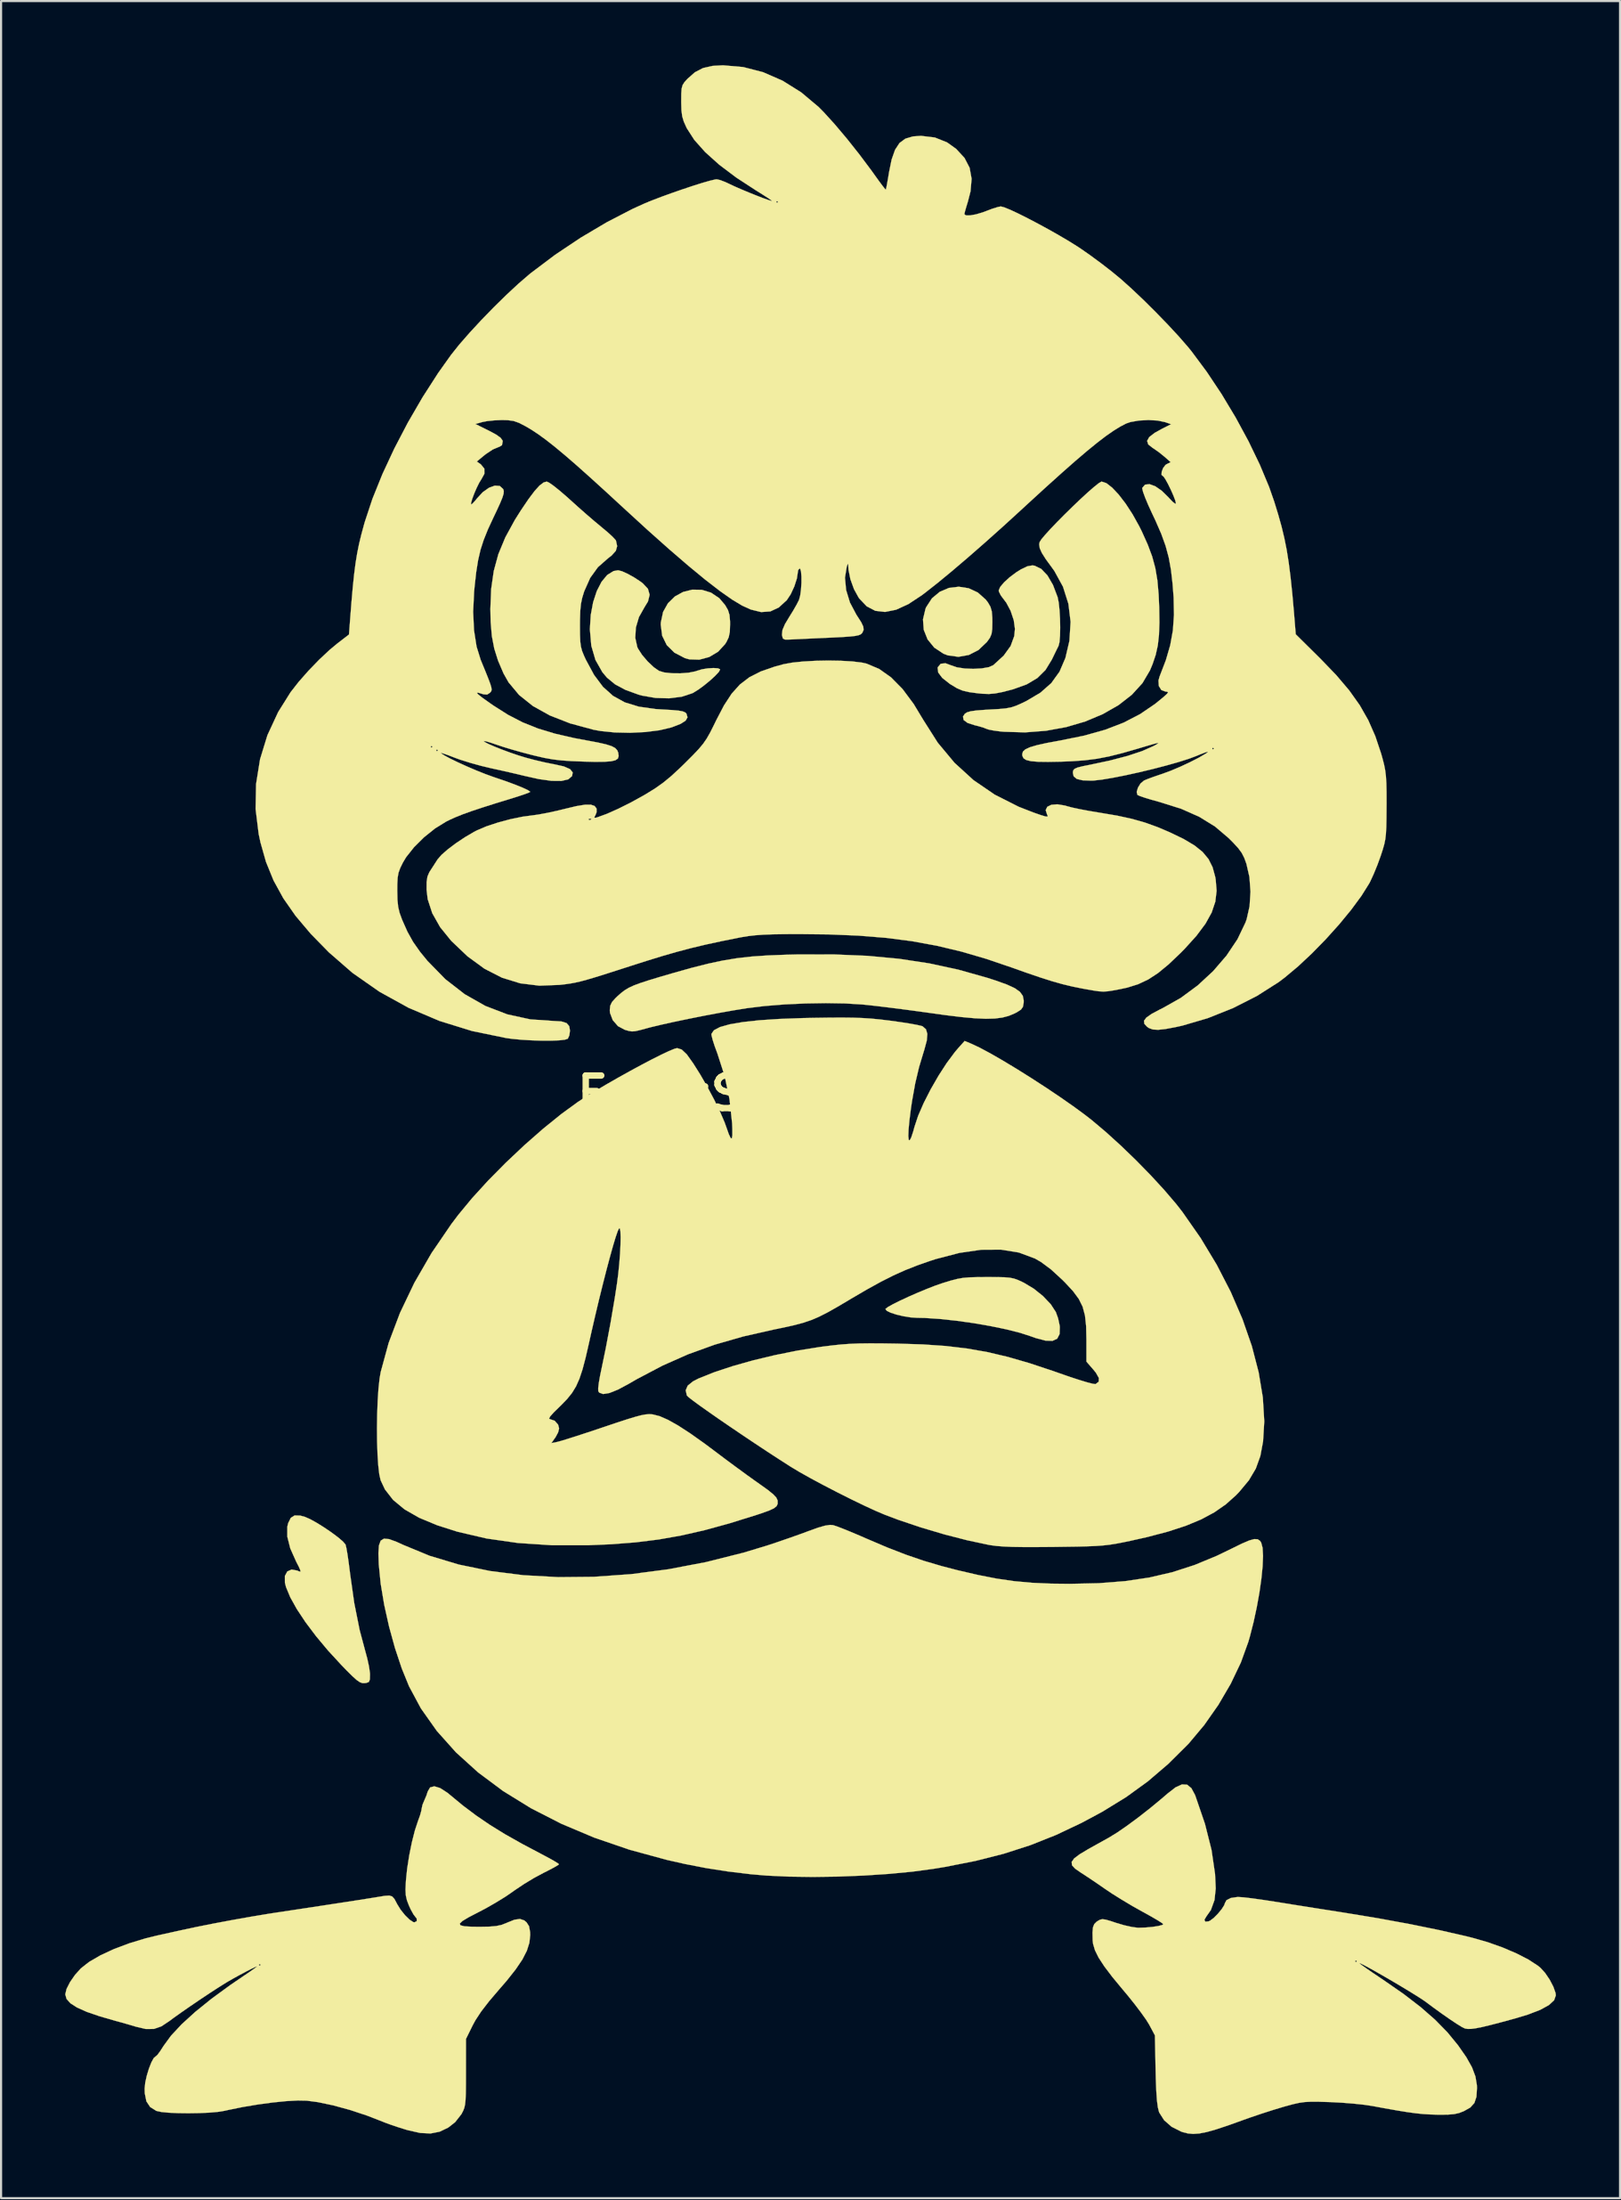
<source format=kicad_pcb>
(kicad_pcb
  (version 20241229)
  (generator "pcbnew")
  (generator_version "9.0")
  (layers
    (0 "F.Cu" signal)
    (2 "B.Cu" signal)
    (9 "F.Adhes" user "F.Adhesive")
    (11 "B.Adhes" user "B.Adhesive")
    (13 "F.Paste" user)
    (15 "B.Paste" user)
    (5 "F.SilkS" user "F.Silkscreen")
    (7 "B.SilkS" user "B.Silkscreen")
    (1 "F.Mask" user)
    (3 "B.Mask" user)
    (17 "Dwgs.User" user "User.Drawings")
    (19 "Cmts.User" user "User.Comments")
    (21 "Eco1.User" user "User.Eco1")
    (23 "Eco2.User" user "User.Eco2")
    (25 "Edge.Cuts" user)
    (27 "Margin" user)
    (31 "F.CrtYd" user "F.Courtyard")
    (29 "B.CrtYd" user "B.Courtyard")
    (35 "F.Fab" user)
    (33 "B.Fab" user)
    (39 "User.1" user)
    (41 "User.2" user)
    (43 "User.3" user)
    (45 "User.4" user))
  (footprint "F.SilkS_g10"
    (layer "F.Cu")
    (at 30.57 48.094)
    (property "Reference" "F.SilkS_g10" (at 0 0 0) (layer "F.SilkS") (effects (font (size 1.524 1.524) (thickness 0.3))))
    (attr through_hole)
    (fp_poly (pts (xy -0.771 -23.553) (xy -0.341 -23.422) (xy 0.047 -23.161) (xy 0.317 -22.843) (xy 0.452 -22.609) (xy 0.523 -22.38) (xy 0.549 -22.084) (xy 0.55 -21.929) (xy 0.538 -21.585) (xy 0.487 -21.337) (xy 0.381 -21.114) (xy 0.317 -21.014) (xy -0.01 -20.658) (xy -0.426 -20.411) (xy -0.889 -20.287) (xy -1.357 -20.301) (xy -1.561 -20.358) (xy -2.054 -20.614) (xy -2.412 -20.967) (xy -2.627 -21.406) (xy -2.694 -21.922) (xy -2.69 -22.027) (xy -2.584 -22.52) (xy -2.356 -22.927) (xy -2.034 -23.242) (xy -1.644 -23.456) (xy -1.214 -23.562) (xy -0.771 -23.553)) (stroke (width 0.01) (type solid)) (fill yes) (layer "F.SilkS"))
    (fp_poly (pts (xy 11.716 -23.628) (xy 12.147 -23.427) (xy 12.52 -23.094) (xy 12.623 -22.959) (xy 12.736 -22.762) (xy 12.799 -22.549) (xy 12.824 -22.26) (xy 12.827 -22.049) (xy 12.82 -21.714) (xy 12.788 -21.489) (xy 12.714 -21.314) (xy 12.581 -21.127) (xy 12.568 -21.111) (xy 12.179 -20.74) (xy 11.726 -20.507) (xy 11.239 -20.42) (xy 10.748 -20.486) (xy 10.541 -20.565) (xy 10.108 -20.85) (xy 9.796 -21.233) (xy 9.616 -21.684) (xy 9.58 -22.173) (xy 9.698 -22.67) (xy 9.726 -22.737) (xy 10.002 -23.16) (xy 10.368 -23.463) (xy 10.796 -23.644) (xy 11.255 -23.699) (xy 11.716 -23.628)) (stroke (width 0.01) (type solid)) (fill yes) (layer "F.SilkS"))
    (fp_poly (pts (xy 13.048 8.595) (xy 13.391 8.603) (xy 13.642 8.624) (xy 13.84 8.664) (xy 14.023 8.729) (xy 14.231 8.825) (xy 14.311 8.864) (xy 14.769 9.139) (xy 15.199 9.485) (xy 15.557 9.862) (xy 15.798 10.229) (xy 15.8 10.235) (xy 15.903 10.522) (xy 15.974 10.852) (xy 15.983 10.928) (xy 15.973 11.26) (xy 15.861 11.476) (xy 15.641 11.577) (xy 15.307 11.566) (xy 14.85 11.444) (xy 14.647 11.371) (xy 14.127 11.202) (xy 13.477 11.038) (xy 12.737 10.885) (xy 11.946 10.748) (xy 11.144 10.636) (xy 10.37 10.553) (xy 9.665 10.506) (xy 9.302 10.499) (xy 8.996 10.479) (xy 8.665 10.425) (xy 8.344 10.35) (xy 8.072 10.262) (xy 7.886 10.173) (xy 7.823 10.094) (xy 7.828 10.081) (xy 7.937 9.995) (xy 8.174 9.863) (xy 8.506 9.697) (xy 8.903 9.513) (xy 9.334 9.324) (xy 9.767 9.145) (xy 10.171 8.988) (xy 10.499 8.875) (xy 10.871 8.761) (xy 11.171 8.683) (xy 11.449 8.633) (xy 11.755 8.607) (xy 12.137 8.596) (xy 12.574 8.594) (xy 13.048 8.595)) (stroke (width 0.01) (type solid)) (fill yes) (layer "F.SilkS"))
    (fp_poly (pts (xy -19.564 19.752) (xy -19.343 19.813) (xy -19.101 19.919) (xy -18.791 20.091) (xy -18.448 20.305) (xy -18.107 20.537) (xy -17.804 20.763) (xy -17.574 20.958) (xy -17.452 21.099) (xy -17.446 21.113) (xy -17.408 21.27) (xy -17.358 21.557) (xy -17.303 21.936) (xy -17.247 22.368) (xy -17.237 22.452) (xy -17.04 23.843) (xy -16.788 25.103) (xy -16.535 26.05) (xy -16.431 26.435) (xy -16.35 26.808) (xy -16.307 27.105) (xy -16.303 27.178) (xy -16.309 27.414) (xy -16.353 27.53) (xy -16.465 27.576) (xy -16.549 27.587) (xy -16.66 27.586) (xy -16.778 27.544) (xy -16.925 27.443) (xy -17.124 27.264) (xy -17.399 26.992) (xy -17.642 26.741) (xy -18.266 26.063) (xy -18.83 25.388) (xy -19.321 24.736) (xy -19.727 24.124) (xy -20.035 23.571) (xy -20.232 23.098) (xy -20.285 22.89) (xy -20.287 22.577) (xy -20.174 22.365) (xy -19.97 22.274) (xy -19.7 22.324) (xy -19.636 22.356) (xy -19.563 22.378) (xy -19.559 22.317) (xy -19.63 22.152) (xy -19.761 21.897) (xy -20.034 21.285) (xy -20.172 20.738) (xy -20.172 20.269) (xy -20.132 20.102) (xy -20.01 19.858) (xy -19.831 19.744) (xy -19.564 19.752)) (stroke (width 0.01) (type solid)) (fill yes) (layer "F.SilkS"))
    (fp_poly (pts (xy -4.507 -24.422) (xy -4.235 -24.299) (xy -3.925 -24.125) (xy -3.625 -23.926) (xy -3.535 -23.858) (xy -3.294 -23.6) (xy -3.214 -23.322) (xy -3.292 -23.008) (xy -3.462 -22.729) (xy -3.715 -22.278) (xy -3.859 -21.789) (xy -3.887 -21.308) (xy -3.793 -20.879) (xy -3.758 -20.803) (xy -3.571 -20.513) (xy -3.307 -20.204) (xy -3.02 -19.933) (xy -2.777 -19.763) (xy -2.531 -19.689) (xy -2.178 -19.651) (xy -1.777 -19.647) (xy -1.387 -19.677) (xy -1.066 -19.741) (xy -0.987 -19.77) (xy -0.76 -19.837) (xy -0.49 -19.88) (xy -0.227 -19.896) (xy -0.02 -19.883) (xy 0.082 -19.837) (xy 0.085 -19.824) (xy 0.021 -19.71) (xy -0.148 -19.53) (xy -0.385 -19.313) (xy -0.658 -19.089) (xy -0.93 -18.889) (xy -1.168 -18.741) (xy -1.214 -18.717) (xy -1.709 -18.554) (xy -2.299 -18.479) (xy -2.934 -18.496) (xy -3.563 -18.604) (xy -3.73 -18.65) (xy -4.349 -18.874) (xy -4.832 -19.133) (xy -5.211 -19.446) (xy -5.424 -19.699) (xy -5.75 -20.273) (xy -5.944 -20.935) (xy -6.01 -21.697) (xy -6.01 -21.724) (xy -5.97 -22.375) (xy -5.859 -22.973) (xy -5.687 -23.499) (xy -5.464 -23.93) (xy -5.2 -24.248) (xy -4.904 -24.431) (xy -4.692 -24.469) (xy -4.507 -24.422)) (stroke (width 0.01) (type solid)) (fill yes) (layer "F.SilkS"))
    (fp_poly (pts (xy 14.803 -24.683) (xy 15.114 -24.532) (xy 15.405 -24.227) (xy 15.663 -23.784) (xy 15.878 -23.219) (xy 15.881 -23.211) (xy 15.932 -22.958) (xy 15.969 -22.606) (xy 15.993 -22.201) (xy 16.001 -21.787) (xy 15.993 -21.408) (xy 15.968 -21.108) (xy 15.925 -20.933) (xy 15.849 -20.781) (xy 15.728 -20.534) (xy 15.61 -20.289) (xy 15.315 -19.806) (xy 14.932 -19.427) (xy 14.436 -19.132) (xy 13.805 -18.904) (xy 13.728 -18.883) (xy 13.289 -18.771) (xy 12.953 -18.706) (xy 12.665 -18.682) (xy 12.366 -18.692) (xy 12.15 -18.713) (xy 11.739 -18.768) (xy 11.432 -18.84) (xy 11.167 -18.953) (xy 10.878 -19.127) (xy 10.821 -19.165) (xy 10.48 -19.435) (xy 10.293 -19.685) (xy 10.265 -19.906) (xy 10.274 -19.935) (xy 10.41 -20.095) (xy 10.633 -20.119) (xy 10.892 -20.023) (xy 11.166 -19.929) (xy 11.531 -19.873) (xy 11.937 -19.857) (xy 12.331 -19.878) (xy 12.661 -19.937) (xy 12.872 -20.031) (xy 13.357 -20.476) (xy 13.682 -20.926) (xy 13.852 -21.392) (xy 13.884 -21.727) (xy 13.828 -22.133) (xy 13.682 -22.57) (xy 13.477 -22.954) (xy 13.379 -23.083) (xy 13.223 -23.291) (xy 13.133 -23.472) (xy 13.123 -23.523) (xy 13.191 -23.685) (xy 13.373 -23.902) (xy 13.636 -24.142) (xy 13.949 -24.376) (xy 14.159 -24.507) (xy 14.463 -24.654) (xy 14.699 -24.696) (xy 14.803 -24.683)) (stroke (width 0.01) (type solid)) (fill yes) (layer "F.SilkS"))
    (fp_poly (pts (xy 6.979 -6.433) (xy 8.459 -6.295) (xy 9.866 -6.081) (xy 11.226 -5.788) (xy 12.568 -5.411) (xy 12.993 -5.274) (xy 13.509 -5.089) (xy 13.877 -4.919) (xy 14.118 -4.748) (xy 14.251 -4.562) (xy 14.295 -4.344) (xy 14.292 -4.238) (xy 14.258 -4.049) (xy 14.167 -3.918) (xy 13.977 -3.795) (xy 13.863 -3.737) (xy 13.593 -3.624) (xy 13.292 -3.545) (xy 12.941 -3.5) (xy 12.519 -3.489) (xy 12.007 -3.512) (xy 11.384 -3.569) (xy 10.631 -3.66) (xy 9.948 -3.755) (xy 9.292 -3.846) (xy 8.621 -3.935) (xy 7.976 -4.017) (xy 7.397 -4.087) (xy 6.925 -4.139) (xy 6.743 -4.157) (xy 5.945 -4.206) (xy 5.035 -4.221) (xy 4.067 -4.205) (xy 3.093 -4.16) (xy 2.168 -4.085) (xy 1.345 -3.985) (xy 1.319 -3.981) (xy 0.721 -3.884) (xy 0.048 -3.765) (xy -0.665 -3.631) (xy -1.379 -3.489) (xy -2.057 -3.348) (xy -2.661 -3.214) (xy -3.155 -3.096) (xy -3.35 -3.044) (xy -3.675 -2.956) (xy -3.889 -2.908) (xy -4.042 -2.897) (xy -4.188 -2.92) (xy -4.374 -2.972) (xy -4.697 -3.144) (xy -4.941 -3.425) (xy -5.07 -3.766) (xy -5.08 -3.89) (xy -5.059 -4.097) (xy -4.977 -4.271) (xy -4.801 -4.467) (xy -4.705 -4.558) (xy -4.537 -4.705) (xy -4.372 -4.83) (xy -4.186 -4.94) (xy -3.955 -5.047) (xy -3.655 -5.159) (xy -3.263 -5.287) (xy -2.754 -5.441) (xy -2.117 -5.627) (xy -1.248 -5.871) (xy -0.489 -6.063) (xy 0.203 -6.211) (xy 0.87 -6.321) (xy 1.556 -6.399) (xy 2.302 -6.451) (xy 3.151 -6.484) (xy 3.686 -6.497) (xy 5.397 -6.499) (xy 6.979 -6.433)) (stroke (width 0.01) (type solid)) (fill yes) (layer "F.SilkS"))
    (fp_poly (pts (xy -7.912 -28.562) (xy -7.699 -28.412) (xy -7.416 -28.185) (xy -7.091 -27.905) (xy -6.961 -27.788) (xy -6.572 -27.437) (xy -6.164 -27.078) (xy -5.782 -26.75) (xy -5.474 -26.494) (xy -5.448 -26.472) (xy -5.174 -26.243) (xy -4.952 -26.04) (xy -4.816 -25.894) (xy -4.791 -25.856) (xy -4.735 -25.598) (xy -4.797 -25.378) (xy -4.995 -25.158) (xy -5.163 -25.028) (xy -5.635 -24.613) (xy -5.996 -24.113) (xy -6.273 -23.492) (xy -6.282 -23.468) (xy -6.371 -23.177) (xy -6.43 -22.893) (xy -6.462 -22.567) (xy -6.475 -22.149) (xy -6.477 -21.886) (xy -6.474 -21.448) (xy -6.461 -21.132) (xy -6.43 -20.894) (xy -6.373 -20.685) (xy -6.281 -20.46) (xy -6.197 -20.279) (xy -5.816 -19.574) (xy -5.4 -19.017) (xy -4.928 -18.593) (xy -4.376 -18.289) (xy -3.722 -18.089) (xy -2.945 -17.978) (xy -2.634 -17.958) (xy -2.18 -17.932) (xy -1.867 -17.904) (xy -1.666 -17.868) (xy -1.549 -17.818) (xy -1.491 -17.759) (xy -1.442 -17.589) (xy -1.53 -17.434) (xy -1.765 -17.284) (xy -2.157 -17.132) (xy -2.21 -17.114) (xy -2.758 -16.984) (xy -3.416 -16.901) (xy -4.13 -16.866) (xy -4.847 -16.882) (xy -5.513 -16.95) (xy -5.842 -17.01) (xy -6.939 -17.307) (xy -7.886 -17.678) (xy -8.682 -18.121) (xy -9.326 -18.637) (xy -9.817 -19.225) (xy -10.053 -19.643) (xy -10.308 -20.239) (xy -10.486 -20.804) (xy -10.599 -21.391) (xy -10.655 -22.049) (xy -10.668 -22.661) (xy -10.631 -23.592) (xy -10.51 -24.432) (xy -10.294 -25.224) (xy -9.969 -26.007) (xy -9.523 -26.823) (xy -9.24 -27.271) (xy -8.886 -27.794) (xy -8.598 -28.177) (xy -8.365 -28.434) (xy -8.175 -28.577) (xy -8.029 -28.617) (xy -7.912 -28.562)) (stroke (width 0.01) (type solid)) (fill yes) (layer "F.SilkS"))
    (fp_poly (pts (xy 18.164 -28.543) (xy 18.436 -28.332) (xy 18.742 -28.006) (xy 19.065 -27.585) (xy 19.389 -27.087) (xy 19.697 -26.535) (xy 19.82 -26.289) (xy 20.099 -25.669) (xy 20.307 -25.112) (xy 20.454 -24.569) (xy 20.551 -23.992) (xy 20.609 -23.333) (xy 20.635 -22.733) (xy 20.645 -22.026) (xy 20.625 -21.447) (xy 20.57 -20.957) (xy 20.473 -20.517) (xy 20.329 -20.088) (xy 20.204 -19.787) (xy 19.851 -19.189) (xy 19.353 -18.644) (xy 18.729 -18.158) (xy 17.996 -17.74) (xy 17.174 -17.395) (xy 16.282 -17.133) (xy 15.337 -16.961) (xy 14.358 -16.885) (xy 13.363 -16.915) (xy 13.204 -16.929) (xy 12.901 -16.969) (xy 12.658 -17.016) (xy 12.538 -17.056) (xy 12.393 -17.114) (xy 12.151 -17.184) (xy 12 -17.22) (xy 11.666 -17.328) (xy 11.481 -17.466) (xy 11.453 -17.626) (xy 11.537 -17.754) (xy 11.64 -17.822) (xy 11.81 -17.872) (xy 12.078 -17.91) (xy 12.473 -17.94) (xy 12.698 -17.953) (xy 13.137 -17.978) (xy 13.458 -18.008) (xy 13.71 -18.056) (xy 13.944 -18.134) (xy 14.21 -18.252) (xy 14.425 -18.357) (xy 15.075 -18.742) (xy 15.585 -19.191) (xy 15.971 -19.726) (xy 16.246 -20.366) (xy 16.426 -21.134) (xy 16.435 -21.19) (xy 16.489 -22.056) (xy 16.386 -22.901) (xy 16.132 -23.701) (xy 15.73 -24.434) (xy 15.614 -24.596) (xy 15.329 -24.986) (xy 15.144 -25.278) (xy 15.045 -25.499) (xy 15.02 -25.677) (xy 15.035 -25.776) (xy 15.111 -25.903) (xy 15.29 -26.118) (xy 15.548 -26.402) (xy 15.865 -26.733) (xy 16.219 -27.09) (xy 16.59 -27.453) (xy 16.954 -27.8) (xy 17.292 -28.111) (xy 17.582 -28.364) (xy 17.802 -28.54) (xy 17.931 -28.616) (xy 17.941 -28.617) (xy 18.164 -28.543)) (stroke (width 0.01) (type solid)) (fill yes) (layer "F.SilkS"))
    (fp_poly (pts (xy 5.367 20.197) (xy 5.531 20.249) (xy 5.818 20.358) (xy 6.195 20.511) (xy 6.629 20.694) (xy 6.943 20.831) (xy 7.901 21.239) (xy 8.77 21.576) (xy 9.604 21.862) (xy 10.458 22.114) (xy 11.201 22.307) (xy 12.166 22.531) (xy 13.03 22.699) (xy 13.849 22.818) (xy 14.677 22.894) (xy 15.57 22.934) (xy 16.447 22.944) (xy 17.807 22.914) (xy 19.04 22.817) (xy 20.177 22.648) (xy 21.251 22.399) (xy 22.292 22.062) (xy 23.332 21.632) (xy 24.052 21.284) (xy 24.51 21.059) (xy 24.846 20.916) (xy 25.083 20.85) (xy 25.245 20.858) (xy 25.356 20.934) (xy 25.409 21.015) (xy 25.474 21.256) (xy 25.495 21.635) (xy 25.475 22.127) (xy 25.417 22.707) (xy 25.326 23.35) (xy 25.203 24.032) (xy 25.053 24.728) (xy 24.878 25.412) (xy 24.805 25.663) (xy 24.458 26.623) (xy 23.983 27.617) (xy 23.405 28.604) (xy 22.747 29.543) (xy 22.035 30.392) (xy 21.973 30.459) (xy 21.053 31.372) (xy 20.104 32.183) (xy 19.089 32.918) (xy 17.97 33.605) (xy 16.998 34.126) (xy 15.804 34.691) (xy 14.603 35.168) (xy 13.358 35.569) (xy 12.034 35.905) (xy 10.593 36.188) (xy 10.072 36.274) (xy 9.078 36.407) (xy 7.976 36.512) (xy 6.806 36.589) (xy 5.609 36.637) (xy 4.424 36.654) (xy 3.293 36.638) (xy 2.255 36.59) (xy 1.524 36.527) (xy 0.43 36.395) (xy -0.571 36.239) (xy -1.553 36.049) (xy -2.413 35.855) (xy -4.161 35.379) (xy -5.807 34.815) (xy -7.345 34.167) (xy -8.769 33.439) (xy -10.07 32.637) (xy -11.242 31.764) (xy -12.279 30.826) (xy -13.173 29.826) (xy -13.919 28.771) (xy -14.475 27.736) (xy -14.815 26.902) (xy -15.131 25.954) (xy -15.41 24.942) (xy -15.638 23.92) (xy -15.802 22.937) (xy -15.89 22.046) (xy -15.891 22.037) (xy -15.908 21.516) (xy -15.884 21.149) (xy -15.803 20.925) (xy -15.649 20.83) (xy -15.407 20.852) (xy -15.062 20.978) (xy -14.756 21.118) (xy -13.508 21.633) (xy -12.143 22.042) (xy -10.676 22.344) (xy -9.122 22.54) (xy -7.497 22.63) (xy -5.815 22.614) (xy -4.091 22.491) (xy -2.34 22.262) (xy -0.578 21.927) (xy 1.181 21.485) (xy 2.286 21.151) (xy 2.794 20.982) (xy 3.348 20.791) (xy 3.875 20.604) (xy 4.224 20.475) (xy 4.672 20.314) (xy 4.998 20.221) (xy 5.231 20.187) (xy 5.367 20.197)) (stroke (width 0.01) (type solid)) (fill yes) (layer "F.SilkS"))
    (fp_poly (pts (xy 5.737 -20.235) (xy 6.275 -20.204) (xy 6.715 -20.151) (xy 6.946 -20.099) (xy 7.529 -19.852) (xy 8.085 -19.459) (xy 8.622 -18.915) (xy 9.144 -18.214) (xy 9.592 -17.472) (xy 10.273 -16.4) (xy 11.055 -15.462) (xy 11.942 -14.653) (xy 12.942 -13.97) (xy 14.059 -13.406) (xy 14.752 -13.136) (xy 15.095 -13.017) (xy 15.305 -12.954) (xy 15.405 -12.943) (xy 15.42 -12.98) (xy 15.388 -13.042) (xy 15.322 -13.249) (xy 15.397 -13.404) (xy 15.588 -13.498) (xy 15.872 -13.521) (xy 16.226 -13.462) (xy 16.333 -13.43) (xy 16.569 -13.368) (xy 16.925 -13.292) (xy 17.357 -13.211) (xy 17.817 -13.134) (xy 17.867 -13.126) (xy 18.67 -12.99) (xy 19.353 -12.842) (xy 19.969 -12.667) (xy 20.566 -12.452) (xy 21.119 -12.217) (xy 21.775 -11.901) (xy 22.284 -11.599) (xy 22.667 -11.292) (xy 22.944 -10.958) (xy 23.134 -10.578) (xy 23.256 -10.132) (xy 23.279 -10.006) (xy 23.322 -9.476) (xy 23.262 -8.967) (xy 23.092 -8.46) (xy 22.801 -7.935) (xy 22.381 -7.373) (xy 21.824 -6.757) (xy 21.631 -6.562) (xy 21.076 -6.034) (xy 20.582 -5.628) (xy 20.117 -5.325) (xy 19.646 -5.104) (xy 19.139 -4.946) (xy 18.808 -4.875) (xy 18.474 -4.812) (xy 18.228 -4.774) (xy 18.021 -4.761) (xy 17.806 -4.774) (xy 17.535 -4.814) (xy 17.159 -4.881) (xy 17.018 -4.907) (xy 16.564 -4.999) (xy 16.107 -5.109) (xy 15.614 -5.248) (xy 15.055 -5.426) (xy 14.396 -5.651) (xy 13.758 -5.878) (xy 12.546 -6.29) (xy 11.38 -6.631) (xy 10.229 -6.905) (xy 9.063 -7.118) (xy 7.852 -7.274) (xy 6.563 -7.378) (xy 5.168 -7.435) (xy 3.819 -7.45) (xy 3.121 -7.448) (xy 2.561 -7.439) (xy 2.109 -7.422) (xy 1.732 -7.395) (xy 1.4 -7.357) (xy 1.082 -7.305) (xy 0.974 -7.284) (xy 0.141 -7.117) (xy -0.586 -6.96) (xy -1.253 -6.801) (xy -1.907 -6.629) (xy -2.591 -6.433) (xy -3.352 -6.199) (xy -4.064 -5.972) (xy -4.769 -5.745) (xy -5.336 -5.564) (xy -5.788 -5.424) (xy -6.15 -5.317) (xy -6.444 -5.238) (xy -6.693 -5.181) (xy -6.921 -5.139) (xy -7.151 -5.106) (xy -7.407 -5.076) (xy -7.423 -5.074) (xy -8.376 -5.037) (xy -9.274 -5.148) (xy -10.127 -5.411) (xy -10.945 -5.83) (xy -11.74 -6.411) (xy -12.5 -7.134) (xy -13.019 -7.774) (xy -13.389 -8.428) (xy -13.602 -9.083) (xy -13.654 -9.525) (xy -13.652 -9.887) (xy -13.614 -10.138) (xy -13.53 -10.336) (xy -13.504 -10.379) (xy -13.341 -10.631) (xy -13.164 -10.906) (xy -13.141 -10.942) (xy -12.956 -11.156) (xy -12.655 -11.419) (xy -12.276 -11.704) (xy -11.854 -11.985) (xy -11.427 -12.234) (xy -11.295 -12.303) (xy -10.86 -12.488) (xy -10.318 -12.667) (xy -9.732 -12.824) (xy -9.649 -12.841) (xy -6.068 -12.841) (xy -6.056 -12.791) (xy -6.011 -12.785) (xy -5.942 -12.816) (xy -5.955 -12.841) (xy -6.055 -12.851) (xy -6.068 -12.841) (xy -9.649 -12.841) (xy -9.163 -12.941) (xy -8.763 -12.995) (xy -8.433 -13.04) (xy -8.002 -13.12) (xy -7.532 -13.222) (xy -7.179 -13.308) (xy -6.643 -13.436) (xy -6.246 -13.501) (xy -5.969 -13.504) (xy -5.792 -13.444) (xy -5.698 -13.322) (xy -5.698 -13.321) (xy -5.698 -13.146) (xy -5.749 -13.02) (xy -5.808 -12.903) (xy -5.747 -12.889) (xy -5.657 -12.914) (xy -5.22 -13.073) (xy -4.685 -13.311) (xy -4.095 -13.606) (xy -3.489 -13.94) (xy -3.405 -13.989) (xy -2.965 -14.26) (xy -2.578 -14.534) (xy -2.198 -14.847) (xy -1.778 -15.236) (xy -1.554 -15.454) (xy -1.19 -15.818) (xy -0.919 -16.103) (xy -0.713 -16.349) (xy -0.543 -16.595) (xy -0.381 -16.879) (xy -0.199 -17.242) (xy -0.095 -17.456) (xy 0.266 -18.147) (xy 0.625 -18.696) (xy 1.012 -19.127) (xy 1.455 -19.465) (xy 1.984 -19.734) (xy 2.628 -19.958) (xy 3.048 -20.073) (xy 3.448 -20.147) (xy 3.958 -20.2) (xy 4.538 -20.233) (xy 5.144 -20.245) (xy 5.737 -20.235)) (stroke (width 0.01) (type solid)) (fill yes) (layer "F.SilkS"))
    (fp_poly (pts (xy 21.943 32.339) (xy 22.142 32.502) (xy 22.312 32.818) (xy 22.33 32.864) (xy 22.778 34.174) (xy 23.085 35.392) (xy 23.25 36.519) (xy 23.281 37.193) (xy 23.224 37.734) (xy 23.055 38.201) (xy 22.85 38.492) (xy 22.751 38.655) (xy 22.792 38.746) (xy 22.945 38.732) (xy 23.016 38.7) (xy 23.187 38.572) (xy 23.383 38.375) (xy 23.561 38.159) (xy 23.68 37.972) (xy 23.707 37.888) (xy 23.784 37.742) (xy 23.992 37.637) (xy 24.292 37.593) (xy 24.331 37.592) (xy 24.576 37.607) (xy 24.97 37.653) (xy 25.518 37.73) (xy 26.225 37.839) (xy 26.797 37.932) (xy 27.029 37.969) (xy 27.397 38.027) (xy 27.868 38.102) (xy 28.41 38.187) (xy 28.992 38.278) (xy 29.252 38.319) (xy 30.859 38.583) (xy 32.376 38.861) (xy 33.78 39.148) (xy 35.045 39.438) (xy 35.281 39.497) (xy 36.006 39.704) (xy 36.71 39.954) (xy 37.36 40.232) (xy 37.922 40.521) (xy 38.361 40.808) (xy 38.479 40.904) (xy 38.7 41.147) (xy 38.912 41.46) (xy 39.084 41.79) (xy 39.186 42.08) (xy 39.2 42.192) (xy 39.12 42.421) (xy 38.877 42.647) (xy 38.47 42.87) (xy 37.896 43.091) (xy 37.296 43.272) (xy 36.645 43.449) (xy 36.135 43.582) (xy 35.744 43.676) (xy 35.451 43.734) (xy 35.235 43.762) (xy 35.073 43.763) (xy 34.946 43.743) (xy 34.806 43.675) (xy 34.559 43.523) (xy 34.233 43.306) (xy 33.856 43.043) (xy 33.455 42.753) (xy 33.147 42.523) (xy 32.969 42.398) (xy 32.7 42.225) (xy 32.364 42.017) (xy 31.984 41.788) (xy 31.582 41.549) (xy 31.182 41.316) (xy 30.806 41.101) (xy 30.478 40.918) (xy 30.22 40.779) (xy 30.055 40.699) (xy 30.006 40.69) (xy 30.014 40.7) (xy 30.112 40.776) (xy 30.324 40.927) (xy 30.622 41.131) (xy 30.979 41.372) (xy 31.129 41.473) (xy 32.07 42.125) (xy 32.869 42.739) (xy 33.548 43.333) (xy 34.126 43.923) (xy 34.621 44.527) (xy 34.628 44.537) (xy 35.011 45.087) (xy 35.276 45.56) (xy 35.436 45.986) (xy 35.504 46.393) (xy 35.509 46.524) (xy 35.484 46.936) (xy 35.387 47.228) (xy 35.195 47.44) (xy 34.897 47.608) (xy 34.672 47.696) (xy 34.437 47.748) (xy 34.141 47.772) (xy 33.734 47.775) (xy 33.655 47.774) (xy 33.317 47.764) (xy 32.991 47.744) (xy 32.646 47.709) (xy 32.251 47.655) (xy 31.776 47.578) (xy 31.191 47.475) (xy 30.607 47.367) (xy 30.227 47.31) (xy 29.738 47.258) (xy 29.199 47.215) (xy 28.671 47.187) (xy 28.61 47.185) (xy 28.118 47.17) (xy 27.748 47.168) (xy 27.454 47.183) (xy 27.188 47.22) (xy 26.905 47.283) (xy 26.557 47.377) (xy 26.451 47.407) (xy 25.976 47.55) (xy 25.422 47.728) (xy 24.867 47.916) (xy 24.511 48.043) (xy 23.839 48.284) (xy 23.299 48.463) (xy 22.866 48.585) (xy 22.516 48.654) (xy 22.226 48.674) (xy 21.971 48.651) (xy 21.726 48.588) (xy 21.667 48.567) (xy 21.222 48.344) (xy 20.868 48.036) (xy 20.64 47.678) (xy 20.625 47.64) (xy 20.572 47.426) (xy 20.53 47.105) (xy 20.499 46.659) (xy 20.476 46.071) (xy 20.467 45.676) (xy 20.435 44.066) (xy 20.165 43.559) (xy 20.018 43.323) (xy 19.784 42.995) (xy 19.489 42.606) (xy 19.157 42.192) (xy 18.92 41.91) (xy 18.437 41.326) (xy 18.068 40.839) (xy 17.911 40.598) (xy 29.803 40.598) (xy 29.845 40.64) (xy 29.887 40.598) (xy 29.845 40.555) (xy 29.803 40.598) (xy 17.911 40.598) (xy 17.802 40.432) (xy 17.63 40.086) (xy 17.541 39.785) (xy 17.522 39.624) (xy 17.514 39.256) (xy 17.535 39.014) (xy 17.596 38.859) (xy 17.706 38.749) (xy 17.744 38.723) (xy 17.861 38.656) (xy 17.975 38.63) (xy 18.131 38.65) (xy 18.371 38.719) (xy 18.631 38.806) (xy 18.998 38.914) (xy 19.356 38.994) (xy 19.637 39.031) (xy 19.671 39.031) (xy 19.998 39.02) (xy 20.32 38.991) (xy 20.594 38.949) (xy 20.777 38.902) (xy 20.828 38.864) (xy 20.758 38.804) (xy 20.565 38.682) (xy 20.278 38.514) (xy 19.923 38.316) (xy 19.833 38.268) (xy 19.372 38.009) (xy 18.881 37.716) (xy 18.423 37.43) (xy 18.106 37.217) (xy 17.747 36.969) (xy 17.389 36.727) (xy 17.086 36.527) (xy 16.963 36.449) (xy 16.699 36.267) (xy 16.555 36.108) (xy 16.538 35.954) (xy 16.653 35.789) (xy 16.909 35.595) (xy 17.312 35.354) (xy 17.414 35.297) (xy 17.739 35.116) (xy 18.049 34.944) (xy 18.279 34.816) (xy 18.288 34.811) (xy 18.669 34.577) (xy 19.14 34.252) (xy 19.669 33.861) (xy 20.221 33.429) (xy 20.764 32.98) (xy 21.032 32.749) (xy 21.401 32.463) (xy 21.701 32.326) (xy 21.943 32.339)) (stroke (width 0.01) (type solid)) (fill yes) (layer "F.SilkS"))
    (fp_poly (pts (xy -13.02 32.496) (xy -12.688 32.71) (xy -12.582 32.796) (xy -11.954 33.314) (xy -11.333 33.781) (xy -10.687 34.221) (xy -9.982 34.656) (xy -9.183 35.106) (xy -8.319 35.563) (xy -7.977 35.744) (xy -7.7 35.898) (xy -7.517 36.01) (xy -7.456 36.061) (xy -7.53 36.117) (xy -7.723 36.227) (xy -8.002 36.374) (xy -8.197 36.471) (xy -8.623 36.7) (xy -9.093 36.984) (xy -9.518 37.268) (xy -9.602 37.329) (xy -9.96 37.575) (xy -10.41 37.852) (xy -10.886 38.124) (xy -11.241 38.31) (xy -11.685 38.54) (xy -11.972 38.712) (xy -12.101 38.835) (xy -12.071 38.916) (xy -11.879 38.963) (xy -11.527 38.983) (xy -11.15 38.986) (xy -10.715 38.978) (xy -10.398 38.951) (xy -10.153 38.899) (xy -9.928 38.813) (xy -9.889 38.795) (xy -9.54 38.655) (xy -9.284 38.619) (xy -9.083 38.687) (xy -8.975 38.777) (xy -8.857 38.961) (xy -8.809 39.235) (xy -8.805 39.37) (xy -8.842 39.73) (xy -8.961 40.106) (xy -9.171 40.516) (xy -9.486 40.981) (xy -9.914 41.52) (xy -10.25 41.907) (xy -10.73 42.47) (xy -11.098 42.946) (xy -11.369 43.359) (xy -11.498 43.597) (xy -11.811 44.231) (xy -11.812 45.801) (xy -11.813 46.356) (xy -11.818 46.77) (xy -11.83 47.071) (xy -11.852 47.289) (xy -11.887 47.452) (xy -11.939 47.587) (xy -12.01 47.724) (xy -12.023 47.749) (xy -12.317 48.124) (xy -12.64 48.377) (xy -13.042 48.57) (xy -13.468 48.654) (xy -13.953 48.63) (xy -14.531 48.5) (xy -14.63 48.471) (xy -14.998 48.356) (xy -15.343 48.239) (xy -15.603 48.144) (xy -15.646 48.126) (xy -16.432 47.82) (xy -17.239 47.553) (xy -18.023 47.339) (xy -18.741 47.188) (xy -19.262 47.119) (xy -19.682 47.111) (xy -20.228 47.141) (xy -20.864 47.205) (xy -21.551 47.298) (xy -22.253 47.415) (xy -22.931 47.553) (xy -23.114 47.594) (xy -23.417 47.643) (xy -23.824 47.679) (xy -24.296 47.7) (xy -24.796 47.708) (xy -25.284 47.702) (xy -25.722 47.682) (xy -26.072 47.648) (xy -26.294 47.6) (xy -26.306 47.595) (xy -26.593 47.415) (xy -26.768 47.151) (xy -26.844 46.775) (xy -26.85 46.55) (xy -26.821 46.27) (xy -26.749 45.946) (xy -26.65 45.62) (xy -26.537 45.333) (xy -26.426 45.127) (xy -26.33 45.043) (xy -26.326 45.043) (xy -26.251 44.976) (xy -26.121 44.8) (xy -25.963 44.555) (xy -25.614 44.078) (xy -25.119 43.547) (xy -24.487 42.971) (xy -23.727 42.357) (xy -22.851 41.717) (xy -22.204 41.276) (xy -21.929 41.09) (xy -21.717 40.941) (xy -21.602 40.851) (xy -21.59 40.837) (xy -21.658 40.858) (xy -21.837 40.944) (xy -22.093 41.075) (xy -22.389 41.232) (xy -22.689 41.397) (xy -22.959 41.552) (xy -23.029 41.594) (xy -23.375 41.809) (xy -23.799 42.084) (xy -24.263 42.393) (xy -24.728 42.709) (xy -25.155 43.005) (xy -25.506 43.255) (xy -25.683 43.388) (xy -26.063 43.641) (xy -26.416 43.764) (xy -26.795 43.767) (xy -27.255 43.66) (xy -27.269 43.655) (xy -27.559 43.569) (xy -27.921 43.465) (xy -28.194 43.391) (xy -28.956 43.172) (xy -29.559 42.965) (xy -30.012 42.763) (xy -30.324 42.563) (xy -30.505 42.36) (xy -30.565 42.147) (xy -30.565 42.145) (xy -30.505 41.892) (xy -30.344 41.575) (xy -30.11 41.237) (xy -29.836 40.932) (xy -29.626 40.767) (xy -21.505 40.767) (xy -21.463 40.809) (xy -21.421 40.767) (xy -21.463 40.725) (xy -21.505 40.767) (xy -29.626 40.767) (xy -29.446 40.626) (xy -28.917 40.319) (xy -28.279 40.024) (xy -27.561 39.755) (xy -26.794 39.523) (xy -26.289 39.4) (xy -25.881 39.31) (xy -25.439 39.212) (xy -25.146 39.147) (xy -24.445 38.997) (xy -23.631 38.835) (xy -22.757 38.671) (xy -21.878 38.515) (xy -21.05 38.377) (xy -20.616 38.31) (xy -19.782 38.185) (xy -18.975 38.063) (xy -18.217 37.947) (xy -17.53 37.842) (xy -16.933 37.75) (xy -16.449 37.674) (xy -16.099 37.618) (xy -15.96 37.595) (xy -15.618 37.539) (xy -15.4 37.525) (xy -15.263 37.567) (xy -15.161 37.68) (xy -15.053 37.881) (xy -15.034 37.92) (xy -14.869 38.187) (xy -14.663 38.444) (xy -14.454 38.649) (xy -14.277 38.765) (xy -14.223 38.777) (xy -14.114 38.721) (xy -14.117 38.599) (xy -14.173 38.53) (xy -14.27 38.402) (xy -14.396 38.174) (xy -14.48 37.992) (xy -14.575 37.743) (xy -14.626 37.516) (xy -14.64 37.248) (xy -14.624 36.881) (xy -14.621 36.831) (xy -14.563 36.263) (xy -14.466 35.646) (xy -14.342 35.033) (xy -14.202 34.48) (xy -14.06 34.05) (xy -13.962 33.778) (xy -13.899 33.553) (xy -13.885 33.461) (xy -13.846 33.28) (xy -13.771 33.099) (xy -13.662 32.846) (xy -13.6 32.655) (xy -13.489 32.467) (xy -13.291 32.414) (xy -13.02 32.496)) (stroke (width 0.01) (type solid)) (fill yes) (layer "F.SilkS"))
    (fp_poly (pts (xy 6.303 -3.539) (xy 6.743 -3.523) (xy 7.149 -3.497) (xy 7.555 -3.458) (xy 7.996 -3.405) (xy 8.064 -3.396) (xy 8.533 -3.331) (xy 8.951 -3.266) (xy 9.287 -3.205) (xy 9.506 -3.155) (xy 9.566 -3.133) (xy 9.72 -2.996) (xy 9.783 -2.782) (xy 9.757 -2.469) (xy 9.641 -2.037) (xy 9.62 -1.972) (xy 9.396 -1.229) (xy 9.217 -0.475) (xy 9.068 0.355) (xy 9.016 0.701) (xy 8.945 1.258) (xy 8.904 1.693) (xy 8.893 2) (xy 8.911 2.17) (xy 8.955 2.198) (xy 9.025 2.077) (xy 9.118 1.798) (xy 9.185 1.556) (xy 9.355 1.045) (xy 9.614 0.45) (xy 9.94 -0.188) (xy 10.307 -0.826) (xy 10.693 -1.422) (xy 11.075 -1.935) (xy 11.246 -2.136) (xy 11.53 -2.451) (xy 11.84 -2.322) (xy 12.233 -2.138) (xy 12.736 -1.869) (xy 13.323 -1.531) (xy 13.968 -1.142) (xy 14.645 -0.718) (xy 15.328 -0.275) (xy 15.992 0.17) (xy 16.61 0.601) (xy 17.157 1.002) (xy 17.476 1.25) (xy 18.139 1.808) (xy 18.843 2.447) (xy 19.555 3.134) (xy 20.244 3.838) (xy 20.878 4.528) (xy 21.428 5.171) (xy 21.721 5.546) (xy 22.572 6.764) (xy 23.328 8.017) (xy 23.984 9.288) (xy 24.533 10.561) (xy 24.971 11.82) (xy 25.29 13.047) (xy 25.486 14.227) (xy 25.553 15.344) (xy 25.497 16.281) (xy 25.37 16.962) (xy 25.157 17.553) (xy 24.834 18.098) (xy 24.381 18.642) (xy 24.223 18.806) (xy 23.752 19.226) (xy 23.218 19.597) (xy 22.604 19.927) (xy 21.89 20.224) (xy 21.057 20.496) (xy 20.087 20.752) (xy 19.311 20.926) (xy 18.938 21.004) (xy 18.619 21.065) (xy 18.323 21.112) (xy 18.023 21.146) (xy 17.69 21.171) (xy 17.293 21.188) (xy 16.805 21.201) (xy 16.196 21.21) (xy 15.706 21.217) (xy 14.92 21.223) (xy 14.281 21.223) (xy 13.765 21.215) (xy 13.352 21.197) (xy 13.017 21.171) (xy 12.739 21.134) (xy 12.658 21.12) (xy 11.658 20.907) (xy 10.576 20.629) (xy 9.475 20.302) (xy 8.418 19.946) (xy 7.789 19.709) (xy 7.356 19.525) (xy 6.814 19.275) (xy 6.2 18.978) (xy 5.553 18.653) (xy 4.91 18.32) (xy 4.308 17.997) (xy 3.786 17.704) (xy 3.387 17.464) (xy 2.854 17.123) (xy 2.286 16.753) (xy 1.701 16.366) (xy 1.117 15.975) (xy 0.551 15.592) (xy 0.021 15.229) (xy -0.455 14.897) (xy -0.861 14.61) (xy -1.177 14.379) (xy -1.386 14.217) (xy -1.471 14.135) (xy -1.526 13.89) (xy -1.432 13.672) (xy -1.183 13.471) (xy -0.93 13.341) (xy -0.196 13.047) (xy 0.67 12.76) (xy 1.633 12.489) (xy 2.656 12.244) (xy 3.703 12.033) (xy 4.736 11.867) (xy 4.868 11.849) (xy 5.333 11.791) (xy 5.749 11.747) (xy 6.153 11.718) (xy 6.581 11.7) (xy 7.069 11.694) (xy 7.653 11.696) (xy 8.371 11.707) (xy 8.382 11.707) (xy 9.57 11.744) (xy 10.638 11.817) (xy 11.629 11.934) (xy 12.586 12.101) (xy 13.551 12.328) (xy 14.567 12.622) (xy 15.676 12.99) (xy 15.982 13.098) (xy 16.468 13.267) (xy 16.905 13.409) (xy 17.266 13.518) (xy 17.524 13.584) (xy 17.652 13.601) (xy 17.656 13.6) (xy 17.805 13.487) (xy 17.811 13.313) (xy 17.673 13.068) (xy 17.555 12.923) (xy 17.23 12.549) (xy 17.229 11.502) (xy 17.215 10.883) (xy 17.162 10.39) (xy 17.053 9.982) (xy 16.872 9.616) (xy 16.602 9.251) (xy 16.225 8.845) (xy 16.098 8.719) (xy 15.573 8.237) (xy 15.107 7.89) (xy 14.817 7.724) (xy 14.069 7.446) (xy 13.232 7.31) (xy 12.306 7.315) (xy 11.288 7.462) (xy 10.178 7.751) (xy 9.907 7.839) (xy 9.301 8.051) (xy 8.742 8.272) (xy 8.194 8.518) (xy 7.619 8.808) (xy 6.983 9.158) (xy 6.249 9.586) (xy 6.148 9.647) (xy 5.578 9.984) (xy 5.114 10.246) (xy 4.716 10.448) (xy 4.348 10.605) (xy 3.971 10.732) (xy 3.546 10.845) (xy 3.036 10.958) (xy 2.615 11.044) (xy 1.162 11.373) (xy -0.165 11.754) (xy -1.409 12.203) (xy -2.609 12.734) (xy -3.806 13.364) (xy -4.178 13.579) (xy -4.691 13.855) (xy -5.098 14.017) (xy -5.395 14.065) (xy -5.576 13.997) (xy -5.618 13.929) (xy -5.622 13.796) (xy -5.592 13.541) (xy -5.534 13.209) (xy -5.494 13.019) (xy -5.265 11.911) (xy -5.042 10.727) (xy -4.844 9.56) (xy -4.744 8.909) (xy -4.683 8.444) (xy -4.635 7.967) (xy -4.599 7.503) (xy -4.578 7.081) (xy -4.572 6.725) (xy -4.581 6.463) (xy -4.608 6.32) (xy -4.644 6.312) (xy -4.708 6.444) (xy -4.804 6.722) (xy -4.927 7.129) (xy -5.071 7.644) (xy -5.233 8.251) (xy -5.406 8.929) (xy -5.587 9.66) (xy -5.769 10.426) (xy -5.949 11.208) (xy -6.055 11.684) (xy -6.212 12.368) (xy -6.356 12.913) (xy -6.501 13.35) (xy -6.659 13.705) (xy -6.844 14.009) (xy -7.07 14.291) (xy -7.349 14.579) (xy -7.42 14.648) (xy -7.708 14.93) (xy -7.872 15.116) (xy -7.921 15.216) (xy -7.88 15.24) (xy -7.66 15.314) (xy -7.498 15.497) (xy -7.451 15.677) (xy -7.498 15.86) (xy -7.615 16.079) (xy -7.633 16.104) (xy -7.814 16.36) (xy -7.527 16.302) (xy -7.366 16.259) (xy -7.071 16.169) (xy -6.67 16.042) (xy -6.189 15.885) (xy -5.655 15.708) (xy -5.349 15.605) (xy -4.733 15.398) (xy -4.253 15.242) (xy -3.887 15.131) (xy -3.61 15.058) (xy -3.401 15.019) (xy -3.235 15.007) (xy -3.09 15.015) (xy -3.065 15.019) (xy -2.746 15.1) (xy -2.354 15.272) (xy -1.88 15.538) (xy -1.313 15.906) (xy -0.642 16.382) (xy -0.136 16.76) (xy 0.337 17.116) (xy 0.832 17.482) (xy 1.306 17.829) (xy 1.718 18.124) (xy 1.947 18.286) (xy 2.321 18.553) (xy 2.569 18.754) (xy 2.713 18.908) (xy 2.773 19.036) (xy 2.777 19.059) (xy 2.778 19.199) (xy 2.727 19.311) (xy 2.599 19.412) (xy 2.37 19.518) (xy 2.015 19.645) (xy 1.775 19.724) (xy 0.515 20.116) (xy -0.638 20.432) (xy -1.725 20.68) (xy -2.787 20.868) (xy -3.864 21.002) (xy -4.998 21.091) (xy -6.096 21.138) (xy -7.798 21.137) (xy -9.378 21.032) (xy -10.847 20.822) (xy -12.216 20.503) (xy -13.155 20.204) (xy -14.002 19.852) (xy -14.688 19.458) (xy -15.22 19.018) (xy -15.603 18.527) (xy -15.806 18.095) (xy -15.868 17.816) (xy -15.916 17.401) (xy -15.95 16.88) (xy -15.97 16.287) (xy -15.975 15.652) (xy -15.966 15.009) (xy -15.943 14.388) (xy -15.906 13.821) (xy -15.854 13.341) (xy -15.802 13.039) (xy -15.427 11.667) (xy -14.898 10.268) (xy -14.226 8.862) (xy -13.421 7.469) (xy -12.491 6.108) (xy -12.168 5.681) (xy -11.525 4.904) (xy -10.773 4.08) (xy -9.945 3.243) (xy -9.075 2.423) (xy -8.196 1.652) (xy -7.343 0.963) (xy -6.578 0.406) (xy -6.201 0.16) (xy -5.746 -0.119) (xy -5.237 -0.42) (xy -4.697 -0.729) (xy -4.147 -1.035) (xy -3.61 -1.326) (xy -3.109 -1.589) (xy -2.666 -1.811) (xy -2.305 -1.981) (xy -2.047 -2.087) (xy -1.926 -2.117) (xy -1.713 -2.049) (xy -1.486 -1.835) (xy -1.457 -1.799) (xy -1.17 -1.396) (xy -0.848 -0.885) (xy -0.517 -0.31) (xy -0.2 0.284) (xy 0.078 0.853) (xy 0.293 1.353) (xy 0.37 1.566) (xy 0.491 1.908) (xy 0.578 2.09) (xy 0.633 2.11) (xy 0.658 1.966) (xy 0.657 1.658) (xy 0.646 1.397) (xy 0.525 0.28) (xy 0.293 -0.826) (xy -0.039 -1.853) (xy -0.043 -1.866) (xy -0.171 -2.213) (xy -0.267 -2.511) (xy -0.318 -2.719) (xy -0.322 -2.782) (xy -0.205 -2.952) (xy 0.079 -3.101) (xy 0.528 -3.228) (xy 1.142 -3.334) (xy 1.919 -3.419) (xy 2.858 -3.481) (xy 3.957 -3.521) (xy 4.445 -3.531) (xy 5.188 -3.542) (xy 5.797 -3.545) (xy 6.303 -3.539)) (stroke (width 0.01) (type solid)) (fill yes) (layer "F.SilkS"))
    (fp_poly (pts (xy 1.163 -48.008) (xy 2.098 -47.766) (xy 3.008 -47.369) (xy 3.878 -46.825) (xy 4.691 -46.143) (xy 4.932 -45.9) (xy 5.451 -45.329) (xy 6.018 -44.657) (xy 6.597 -43.928) (xy 7.151 -43.189) (xy 7.324 -42.948) (xy 7.533 -42.658) (xy 7.702 -42.432) (xy 7.812 -42.297) (xy 7.841 -42.272) (xy 7.863 -42.36) (xy 7.904 -42.577) (xy 7.958 -42.885) (xy 7.989 -43.077) (xy 8.112 -43.681) (xy 8.271 -44.134) (xy 8.48 -44.454) (xy 8.756 -44.658) (xy 9.113 -44.763) (xy 9.487 -44.789) (xy 10.132 -44.713) (xy 10.707 -44.484) (xy 11.133 -44.179) (xy 11.523 -43.756) (xy 11.762 -43.296) (xy 11.855 -42.782) (xy 11.805 -42.196) (xy 11.685 -41.727) (xy 11.599 -41.444) (xy 11.538 -41.228) (xy 11.516 -41.127) (xy 11.587 -41.069) (xy 11.779 -41.067) (xy 12.055 -41.116) (xy 12.377 -41.211) (xy 12.547 -41.275) (xy 12.839 -41.385) (xy 13.087 -41.461) (xy 13.224 -41.487) (xy 13.384 -41.445) (xy 13.664 -41.331) (xy 14.039 -41.156) (xy 14.482 -40.934) (xy 14.968 -40.679) (xy 15.473 -40.404) (xy 15.969 -40.123) (xy 16.433 -39.849) (xy 16.838 -39.595) (xy 16.937 -39.53) (xy 17.408 -39.202) (xy 17.922 -38.823) (xy 18.417 -38.44) (xy 18.83 -38.099) (xy 18.833 -38.097) (xy 19.348 -37.635) (xy 19.91 -37.103) (xy 20.486 -36.531) (xy 21.045 -35.954) (xy 21.554 -35.405) (xy 21.981 -34.915) (xy 22.148 -34.71) (xy 22.86 -33.753) (xy 23.555 -32.71) (xy 24.213 -31.615) (xy 24.816 -30.503) (xy 25.344 -29.408) (xy 25.779 -28.367) (xy 26.017 -27.686) (xy 26.204 -27.078) (xy 26.361 -26.517) (xy 26.492 -25.973) (xy 26.603 -25.417) (xy 26.698 -24.819) (xy 26.783 -24.149) (xy 26.864 -23.379) (xy 26.944 -22.48) (xy 26.971 -22.146) (xy 27.026 -21.475) (xy 28.188 -20.326) (xy 28.923 -19.563) (xy 29.528 -18.851) (xy 30.021 -18.158) (xy 30.422 -17.454) (xy 30.75 -16.709) (xy 31.023 -15.893) (xy 31.088 -15.661) (xy 31.161 -15.378) (xy 31.213 -15.115) (xy 31.247 -14.838) (xy 31.267 -14.508) (xy 31.276 -14.09) (xy 31.277 -13.547) (xy 31.276 -13.42) (xy 31.272 -12.871) (xy 31.264 -12.456) (xy 31.247 -12.138) (xy 31.217 -11.881) (xy 31.169 -11.65) (xy 31.1 -11.408) (xy 31.006 -11.119) (xy 30.996 -11.091) (xy 30.847 -10.681) (xy 30.679 -10.271) (xy 30.522 -9.929) (xy 30.466 -9.821) (xy 30.101 -9.239) (xy 29.623 -8.591) (xy 29.061 -7.908) (xy 28.441 -7.219) (xy 27.792 -6.555) (xy 27.141 -5.945) (xy 26.515 -5.421) (xy 26.228 -5.204) (xy 25.211 -4.557) (xy 24.087 -3.987) (xy 22.905 -3.516) (xy 21.717 -3.168) (xy 21.401 -3.098) (xy 20.93 -3.01) (xy 20.589 -2.973) (xy 20.343 -2.987) (xy 20.16 -3.052) (xy 20.065 -3.117) (xy 19.938 -3.257) (xy 19.924 -3.396) (xy 20.036 -3.546) (xy 20.284 -3.719) (xy 20.678 -3.929) (xy 20.809 -3.993) (xy 21.646 -4.465) (xy 22.437 -5.048) (xy 23.159 -5.716) (xy 23.787 -6.445) (xy 24.299 -7.209) (xy 24.671 -7.985) (xy 24.73 -8.148) (xy 24.866 -8.754) (xy 24.909 -9.433) (xy 24.859 -10.12) (xy 24.719 -10.734) (xy 24.617 -11.014) (xy 24.5 -11.244) (xy 24.337 -11.467) (xy 24.098 -11.728) (xy 23.887 -11.939) (xy 23.249 -12.481) (xy 22.515 -12.934) (xy 21.665 -13.311) (xy 20.677 -13.622) (xy 20.665 -13.626) (xy 20.278 -13.733) (xy 19.95 -13.833) (xy 19.717 -13.914) (xy 19.615 -13.963) (xy 19.582 -14.102) (xy 19.641 -14.3) (xy 19.763 -14.497) (xy 19.923 -14.632) (xy 19.923 -14.632) (xy 20.089 -14.702) (xy 20.364 -14.803) (xy 20.696 -14.917) (xy 20.784 -14.946) (xy 21.178 -15.091) (xy 21.625 -15.28) (xy 22.076 -15.491) (xy 22.486 -15.7) (xy 22.805 -15.887) (xy 22.912 -15.96) (xy 22.913 -15.983) (xy 22.784 -15.945) (xy 22.549 -15.855) (xy 22.384 -15.786) (xy 22.015 -15.648) (xy 21.527 -15.494) (xy 20.952 -15.332) (xy 20.325 -15.169) (xy 19.678 -15.015) (xy 19.047 -14.876) (xy 18.464 -14.761) (xy 17.962 -14.677) (xy 17.576 -14.633) (xy 17.467 -14.628) (xy 17.049 -14.643) (xy 16.778 -14.708) (xy 16.632 -14.83) (xy 16.595 -14.991) (xy 16.608 -15.099) (xy 16.67 -15.177) (xy 16.81 -15.24) (xy 17.06 -15.303) (xy 17.376 -15.366) (xy 18.327 -15.568) (xy 19.151 -15.784) (xy 19.835 -16.01) (xy 20.106 -16.129) (xy 23.114 -16.129) (xy 23.156 -16.087) (xy 23.199 -16.129) (xy 23.156 -16.171) (xy 23.114 -16.129) (xy 20.106 -16.129) (xy 20.365 -16.243) (xy 20.457 -16.293) (xy 20.564 -16.356) (xy 20.597 -16.388) (xy 20.54 -16.385) (xy 20.374 -16.343) (xy 20.082 -16.258) (xy 19.645 -16.128) (xy 19.643 -16.127) (xy 18.912 -15.917) (xy 18.288 -15.761) (xy 17.718 -15.651) (xy 17.151 -15.579) (xy 16.536 -15.535) (xy 16.044 -15.516) (xy 15.433 -15.505) (xy 14.97 -15.511) (xy 14.638 -15.538) (xy 14.417 -15.591) (xy 14.288 -15.672) (xy 14.231 -15.787) (xy 14.224 -15.866) (xy 14.258 -15.986) (xy 14.372 -16.091) (xy 14.583 -16.189) (xy 14.909 -16.286) (xy 15.368 -16.388) (xy 15.976 -16.5) (xy 16.009 -16.506) (xy 17.129 -16.734) (xy 18.108 -17.009) (xy 18.97 -17.341) (xy 19.741 -17.74) (xy 20.443 -18.217) (xy 20.828 -18.531) (xy 21 -18.687) (xy 21.052 -18.764) (xy 20.997 -18.79) (xy 20.932 -18.793) (xy 20.734 -18.868) (xy 20.618 -19.056) (xy 20.602 -19.313) (xy 20.654 -19.5) (xy 20.947 -20.262) (xy 21.152 -20.965) (xy 21.277 -21.659) (xy 21.327 -22.387) (xy 21.311 -23.196) (xy 21.262 -23.834) (xy 21.187 -24.489) (xy 21.083 -25.064) (xy 20.936 -25.609) (xy 20.732 -26.173) (xy 20.455 -26.807) (xy 20.31 -27.113) (xy 20.126 -27.514) (xy 19.978 -27.866) (xy 19.879 -28.138) (xy 19.841 -28.299) (xy 19.843 -28.322) (xy 19.973 -28.473) (xy 20.183 -28.496) (xy 20.45 -28.399) (xy 20.753 -28.19) (xy 21.071 -27.878) (xy 21.091 -27.855) (xy 21.262 -27.675) (xy 21.381 -27.583) (xy 21.42 -27.595) (xy 21.386 -27.738) (xy 21.299 -27.967) (xy 21.178 -28.239) (xy 21.047 -28.507) (xy 20.925 -28.727) (xy 20.835 -28.856) (xy 20.81 -28.871) (xy 20.744 -28.933) (xy 20.753 -29.078) (xy 20.819 -29.251) (xy 20.926 -29.392) (xy 20.979 -29.429) (xy 21.173 -29.525) (xy 20.881 -29.782) (xy 20.634 -29.982) (xy 20.383 -30.159) (xy 20.328 -30.193) (xy 20.124 -30.355) (xy 20.069 -30.52) (xy 20.168 -30.698) (xy 20.423 -30.896) (xy 20.778 -31.092) (xy 21.193 -31.301) (xy 20.913 -31.398) (xy 20.565 -31.472) (xy 20.133 -31.496) (xy 19.686 -31.472) (xy 19.291 -31.403) (xy 19.092 -31.335) (xy 18.813 -31.19) (xy 18.501 -30.998) (xy 18.144 -30.75) (xy 17.734 -30.437) (xy 17.26 -30.05) (xy 16.71 -29.582) (xy 16.076 -29.023) (xy 15.345 -28.366) (xy 14.508 -27.6) (xy 14.193 -27.31) (xy 13.328 -26.52) (xy 12.483 -25.765) (xy 11.677 -25.061) (xy 10.929 -24.424) (xy 10.257 -23.871) (xy 9.68 -23.417) (xy 9.525 -23.3) (xy 8.891 -22.883) (xy 8.318 -22.622) (xy 7.804 -22.519) (xy 7.348 -22.572) (xy 6.946 -22.782) (xy 6.598 -23.148) (xy 6.568 -23.19) (xy 6.35 -23.586) (xy 6.183 -24.048) (xy 6.094 -24.491) (xy 6.088 -24.588) (xy 6.079 -24.759) (xy 6.058 -24.772) (xy 6.011 -24.638) (xy 5.928 -24.12) (xy 5.981 -23.548) (xy 6.161 -22.959) (xy 6.462 -22.39) (xy 6.492 -22.344) (xy 6.687 -22.041) (xy 6.786 -21.832) (xy 6.801 -21.681) (xy 6.743 -21.55) (xy 6.732 -21.535) (xy 6.672 -21.476) (xy 6.572 -21.432) (xy 6.407 -21.397) (xy 6.152 -21.369) (xy 5.782 -21.344) (xy 5.273 -21.318) (xy 5.151 -21.313) (xy 4.642 -21.29) (xy 4.168 -21.268) (xy 3.766 -21.249) (xy 3.47 -21.235) (xy 3.344 -21.228) (xy 3.126 -21.226) (xy 3.024 -21.275) (xy 2.986 -21.41) (xy 2.981 -21.465) (xy 3.003 -21.675) (xy 3.118 -21.946) (xy 3.311 -22.269) (xy 3.501 -22.576) (xy 3.668 -22.867) (xy 3.776 -23.08) (xy 3.78 -23.09) (xy 3.834 -23.292) (xy 3.871 -23.57) (xy 3.891 -23.879) (xy 3.891 -24.174) (xy 3.872 -24.409) (xy 3.832 -24.54) (xy 3.81 -24.553) (xy 3.739 -24.483) (xy 3.725 -24.399) (xy 3.678 -24.086) (xy 3.557 -23.711) (xy 3.389 -23.348) (xy 3.204 -23.069) (xy 3.201 -23.066) (xy 2.83 -22.728) (xy 2.437 -22.544) (xy 2.006 -22.513) (xy 1.52 -22.632) (xy 1.117 -22.815) (xy 0.655 -23.092) (xy 0.081 -23.495) (xy -0.604 -24.023) (xy -1.398 -24.677) (xy -2.302 -25.455) (xy -3.314 -26.356) (xy -4.433 -27.381) (xy -4.442 -27.389) (xy -5.276 -28.157) (xy -6.001 -28.815) (xy -6.629 -29.375) (xy -7.173 -29.846) (xy -7.645 -30.239) (xy -8.056 -30.562) (xy -8.419 -30.827) (xy -8.746 -31.043) (xy -9.005 -31.196) (xy -9.322 -31.361) (xy -9.578 -31.452) (xy -9.852 -31.489) (xy -10.126 -31.496) (xy -10.483 -31.481) (xy -10.824 -31.445) (xy -11.041 -31.403) (xy -11.371 -31.311) (xy -10.745 -31.001) (xy -10.403 -30.818) (xy -10.197 -30.673) (xy -10.102 -30.545) (xy -10.091 -30.5) (xy -10.125 -30.321) (xy -10.218 -30.26) (xy -10.551 -30.121) (xy -10.875 -29.907) (xy -11.007 -29.802) (xy -11.303 -29.556) (xy -11.113 -29.421) (xy -10.951 -29.223) (xy -10.949 -28.98) (xy -11.088 -28.729) (xy -11.191 -28.563) (xy -11.311 -28.321) (xy -11.427 -28.051) (xy -11.521 -27.799) (xy -11.573 -27.614) (xy -11.572 -27.546) (xy -11.506 -27.586) (xy -11.378 -27.726) (xy -11.305 -27.818) (xy -11.025 -28.121) (xy -10.733 -28.328) (xy -10.459 -28.428) (xy -10.228 -28.412) (xy -10.07 -28.268) (xy -10.069 -28.267) (xy -10.041 -28.177) (xy -10.049 -28.054) (xy -10.103 -27.873) (xy -10.212 -27.608) (xy -10.384 -27.233) (xy -10.527 -26.934) (xy -10.785 -26.377) (xy -10.982 -25.887) (xy -11.132 -25.421) (xy -11.244 -24.934) (xy -11.332 -24.382) (xy -11.406 -23.719) (xy -11.43 -23.468) (xy -11.475 -22.529) (xy -11.435 -21.664) (xy -11.315 -20.899) (xy -11.122 -20.278) (xy -10.917 -19.78) (xy -10.77 -19.414) (xy -10.674 -19.159) (xy -10.623 -18.989) (xy -10.609 -18.881) (xy -10.628 -18.811) (xy -10.671 -18.757) (xy -10.69 -18.738) (xy -10.82 -18.654) (xy -10.991 -18.667) (xy -11.087 -18.697) (xy -11.248 -18.744) (xy -11.298 -18.731) (xy -11.228 -18.652) (xy -11.032 -18.498) (xy -10.703 -18.264) (xy -10.497 -18.122) (xy -9.832 -17.702) (xy -9.159 -17.355) (xy -8.441 -17.067) (xy -7.643 -16.825) (xy -6.731 -16.616) (xy -6.181 -16.513) (xy -5.65 -16.414) (xy -5.263 -16.327) (xy -4.997 -16.243) (xy -4.827 -16.153) (xy -4.729 -16.047) (xy -4.685 -15.936) (xy -4.664 -15.778) (xy -4.701 -15.661) (xy -4.817 -15.581) (xy -5.03 -15.532) (xy -5.359 -15.509) (xy -5.822 -15.508) (xy -6.308 -15.52) (xy -6.887 -15.543) (xy -7.351 -15.575) (xy -7.753 -15.623) (xy -8.149 -15.694) (xy -8.591 -15.796) (xy -8.721 -15.828) (xy -9.19 -15.951) (xy -9.662 -16.084) (xy -10.08 -16.211) (xy -10.362 -16.305) (xy -10.649 -16.402) (xy -10.867 -16.466) (xy -10.974 -16.484) (xy -10.978 -16.482) (xy -10.929 -16.432) (xy -10.751 -16.34) (xy -10.475 -16.22) (xy -10.133 -16.084) (xy -9.757 -15.945) (xy -9.379 -15.816) (xy -9.028 -15.708) (xy -9.023 -15.706) (xy -8.597 -15.593) (xy -8.147 -15.487) (xy -7.756 -15.407) (xy -7.682 -15.394) (xy -7.229 -15.293) (xy -6.941 -15.167) (xy -6.815 -15.014) (xy -6.844 -14.843) (xy -7.021 -14.689) (xy -7.344 -14.614) (xy -7.805 -14.618) (xy -8.4 -14.701) (xy -9.102 -14.858) (xy -9.394 -14.929) (xy -9.795 -15.022) (xy -10.248 -15.124) (xy -10.625 -15.206) (xy -11.109 -15.322) (xy -11.618 -15.463) (xy -12.081 -15.608) (xy -12.349 -15.706) (xy -12.65 -15.821) (xy -12.871 -15.898) (xy -12.981 -15.926) (xy -12.985 -15.917) (xy -12.83 -15.812) (xy -12.553 -15.662) (xy -12.186 -15.484) (xy -11.765 -15.293) (xy -11.324 -15.104) (xy -10.898 -14.934) (xy -10.522 -14.798) (xy -10.487 -14.786) (xy -9.986 -14.616) (xy -9.545 -14.454) (xy -9.186 -14.311) (xy -8.934 -14.195) (xy -8.813 -14.117) (xy -8.805 -14.102) (xy -8.881 -14.062) (xy -9.086 -13.986) (xy -9.387 -13.886) (xy -9.673 -13.796) (xy -10.429 -13.565) (xy -11.045 -13.37) (xy -11.544 -13.204) (xy -11.949 -13.059) (xy -12.282 -12.926) (xy -12.567 -12.798) (xy -12.742 -12.711) (xy -13.264 -12.388) (xy -13.778 -11.975) (xy -14.241 -11.515) (xy -14.612 -11.047) (xy -14.761 -10.799) (xy -14.888 -10.54) (xy -14.967 -10.323) (xy -15.009 -10.09) (xy -15.025 -9.785) (xy -15.027 -9.483) (xy -15.018 -9.053) (xy -14.985 -8.727) (xy -14.917 -8.442) (xy -14.804 -8.132) (xy -14.803 -8.128) (xy -14.553 -7.566) (xy -14.287 -7.087) (xy -13.964 -6.627) (xy -13.613 -6.197) (xy -12.777 -5.342) (xy -11.872 -4.639) (xy -10.903 -4.089) (xy -9.876 -3.695) (xy -8.795 -3.46) (xy -7.722 -3.387) (xy -7.341 -3.364) (xy -7.1 -3.287) (xy -6.976 -3.142) (xy -6.943 -2.935) (xy -6.972 -2.712) (xy -7.043 -2.558) (xy -7.044 -2.557) (xy -7.177 -2.511) (xy -7.446 -2.48) (xy -7.816 -2.465) (xy -8.257 -2.465) (xy -8.733 -2.48) (xy -9.213 -2.508) (xy -9.663 -2.551) (xy -9.924 -2.587) (xy -11.521 -2.915) (xy -13.05 -3.388) (xy -14.499 -4.003) (xy -15.86 -4.754) (xy -17.124 -5.637) (xy -18.229 -6.598) (xy -19.08 -7.468) (xy -19.785 -8.303) (xy -20.359 -9.125) (xy -20.816 -9.957) (xy -21.169 -10.823) (xy -21.431 -11.747) (xy -21.513 -12.132) (xy -21.657 -13.303) (xy -21.634 -14.473) (xy -21.449 -15.627) (xy -21.321 -16.044) (xy -13.208 -16.044) (xy -13.166 -16.002) (xy -13.123 -16.044) (xy -13.166 -16.087) (xy -13.208 -16.044) (xy -21.321 -16.044) (xy -21.269 -16.214) (xy -13.462 -16.214) (xy -13.42 -16.171) (xy -13.377 -16.214) (xy -13.42 -16.256) (xy -13.462 -16.214) (xy -21.269 -16.214) (xy -21.103 -16.754) (xy -20.6 -17.838) (xy -20.019 -18.765) (xy -19.643 -19.246) (xy -19.181 -19.77) (xy -18.68 -20.288) (xy -18.187 -20.749) (xy -17.836 -21.04) (xy -17.286 -21.463) (xy -17.238 -22.098) (xy -17.171 -22.957) (xy -17.108 -23.675) (xy -17.045 -24.281) (xy -16.978 -24.802) (xy -16.902 -25.266) (xy -16.814 -25.703) (xy -16.708 -26.139) (xy -16.582 -26.604) (xy -16.542 -26.742) (xy -16.187 -27.814) (xy -15.722 -28.966) (xy -15.164 -30.163) (xy -14.532 -31.373) (xy -13.841 -32.563) (xy -13.11 -33.699) (xy -12.508 -34.544) (xy -12.127 -35.022) (xy -11.645 -35.574) (xy -11.096 -36.167) (xy -10.509 -36.771) (xy -9.917 -37.351) (xy -9.351 -37.877) (xy -8.843 -38.314) (xy -8.772 -38.372) (xy -7.644 -39.221) (xy -6.444 -40.023) (xy -5.218 -40.749) (xy -4.012 -41.372) (xy -3.473 -41.617) (xy -3.275 -41.698) (xy 2.709 -41.698) (xy 2.752 -41.656) (xy 2.794 -41.698) (xy 2.752 -41.741) (xy 2.709 -41.698) (xy -3.275 -41.698) (xy -3.099 -41.771) (xy -2.652 -41.942) (xy -2.162 -42.119) (xy -1.66 -42.293) (xy -1.177 -42.454) (xy -0.744 -42.59) (xy -0.39 -42.691) (xy -0.148 -42.748) (xy -0.074 -42.757) (xy 0.09 -42.72) (xy 0.338 -42.624) (xy 0.526 -42.536) (xy 0.764 -42.424) (xy 1.08 -42.286) (xy 1.437 -42.137) (xy 1.796 -41.993) (xy 2.12 -41.868) (xy 2.369 -41.78) (xy 2.505 -41.741) (xy 2.512 -41.741) (xy 2.471 -41.781) (xy 2.311 -41.892) (xy 2.058 -42.054) (xy 1.775 -42.23) (xy 0.84 -42.839) (xy 0.041 -43.441) (xy -0.616 -44.031) (xy -1.123 -44.6) (xy -1.472 -45.141) (xy -1.489 -45.175) (xy -1.615 -45.454) (xy -1.689 -45.7) (xy -1.725 -45.977) (xy -1.736 -46.35) (xy -1.736 -46.414) (xy -1.733 -46.771) (xy -1.716 -47.006) (xy -1.67 -47.167) (xy -1.584 -47.302) (xy -1.442 -47.458) (xy -1.439 -47.461) (xy -1.093 -47.766) (xy -0.718 -47.96) (xy -0.27 -48.062) (xy 0.219 -48.089) (xy 1.163 -48.008)) (stroke (width 0.01) (type solid)) (fill yes) (layer "F.SilkS")))
  (gr_rect
    (start -3 -3)
    (end 72.775 99.773)
    (stroke (width 0.1) (type default))
    (fill no)
    (layer "Edge.Cuts")))
</source>
